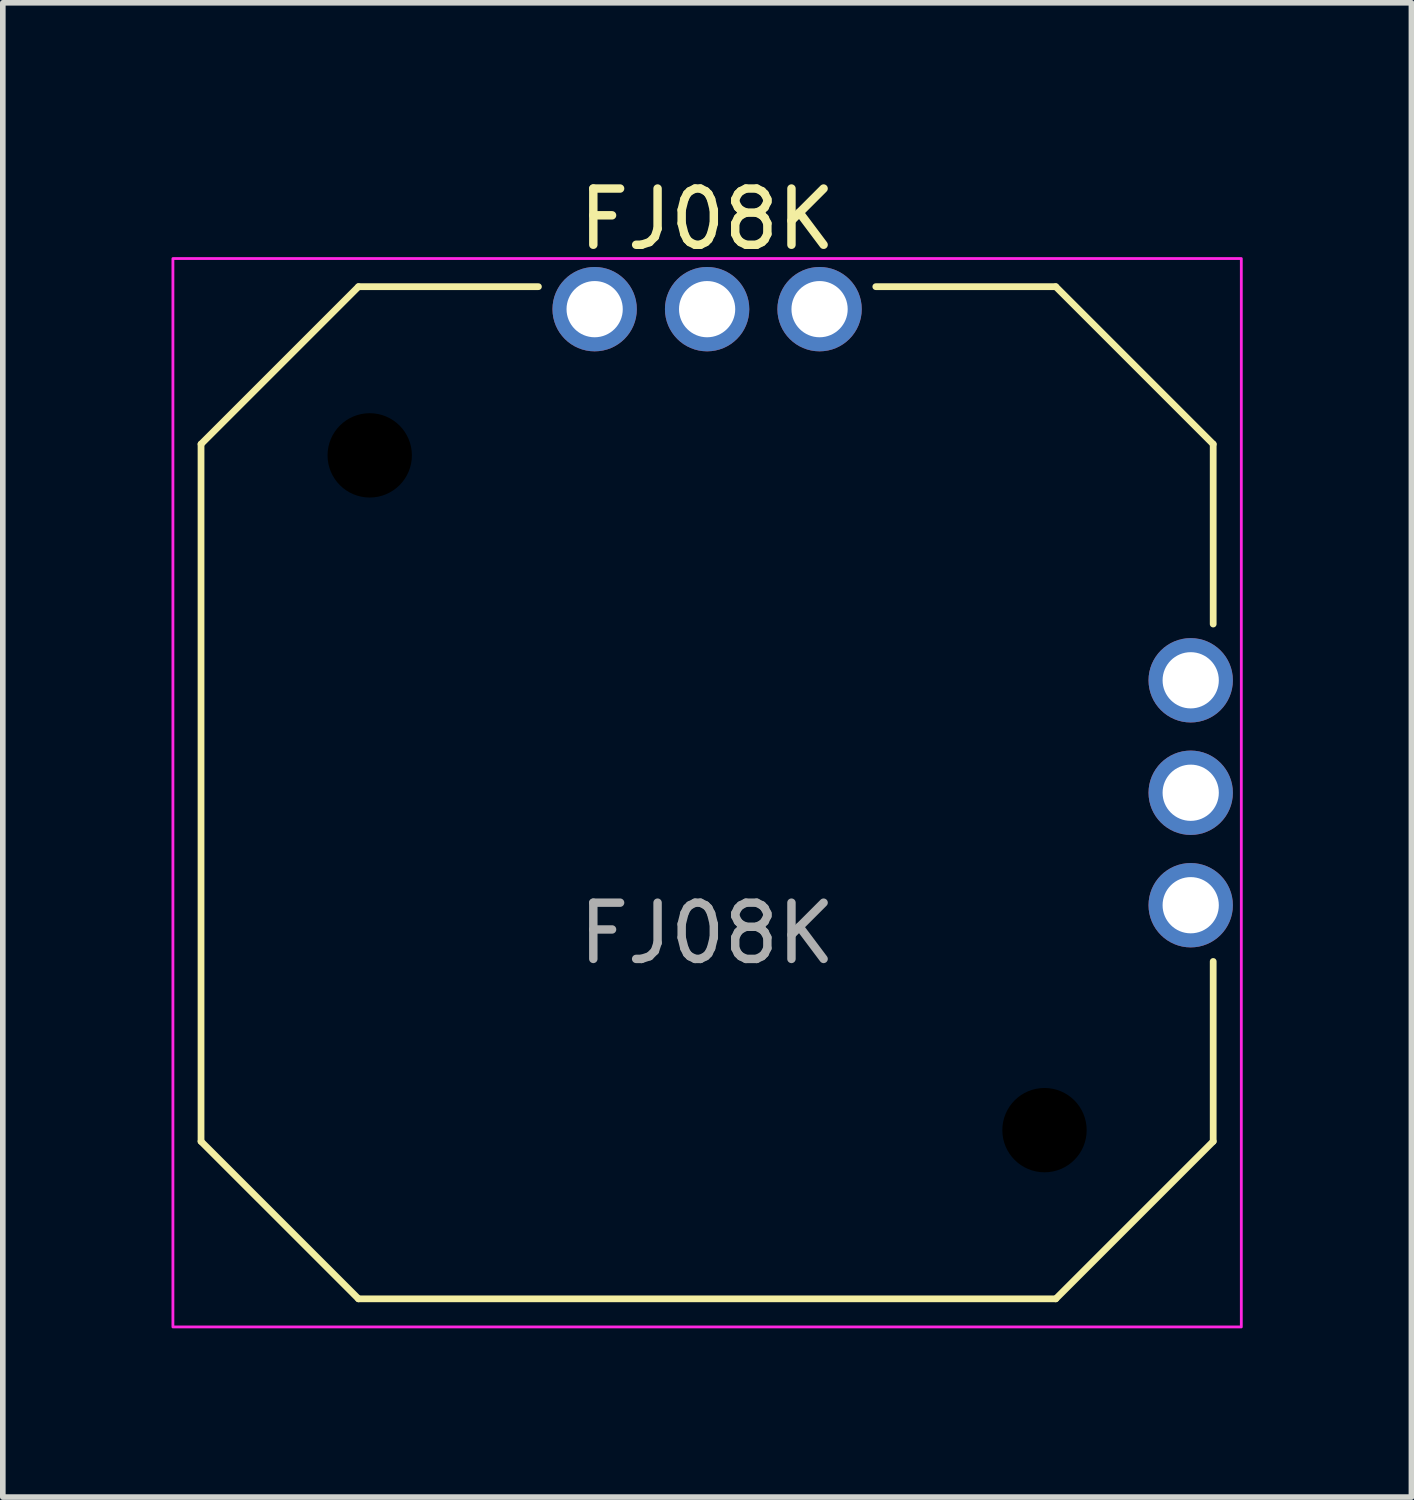
<source format=kicad_pcb>
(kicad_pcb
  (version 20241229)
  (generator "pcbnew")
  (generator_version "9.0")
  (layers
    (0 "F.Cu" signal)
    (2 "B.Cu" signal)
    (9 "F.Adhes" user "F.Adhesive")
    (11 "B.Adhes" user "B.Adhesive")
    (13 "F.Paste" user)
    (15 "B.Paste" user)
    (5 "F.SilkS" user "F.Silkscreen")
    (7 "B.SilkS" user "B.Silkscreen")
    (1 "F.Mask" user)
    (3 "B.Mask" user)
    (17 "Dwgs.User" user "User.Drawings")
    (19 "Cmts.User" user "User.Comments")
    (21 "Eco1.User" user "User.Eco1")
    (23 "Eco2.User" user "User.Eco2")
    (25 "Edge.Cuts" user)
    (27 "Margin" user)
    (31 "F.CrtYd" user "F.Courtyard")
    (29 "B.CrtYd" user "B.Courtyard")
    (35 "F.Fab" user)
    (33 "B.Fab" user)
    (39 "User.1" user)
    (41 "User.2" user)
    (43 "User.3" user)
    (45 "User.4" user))
  (footprint "FJ08K"
    (layer "F.Cu")
    (at 9.525 11.048)
    (property "Reference" "FJ08K" (at 0 -10.2 0) (unlocked yes) (layer "F.SilkS") (effects (font (size 1 1) (thickness 0.15))))
    (attr through_hole)
    (fp_line (start -9 -6.2) (end -9 6.2) (stroke (width 0.12) (type default)) (layer "F.SilkS"))
    (fp_line (start -9 6.2) (end -6.2 9) (stroke (width 0.12) (type default)) (layer "F.SilkS"))
    (fp_line (start -6.2 -9) (end -9 -6.2) (stroke (width 0.12) (type default)) (layer "F.SilkS"))
    (fp_line (start -6.2 9) (end 6.2 9) (stroke (width 0.12) (type default)) (layer "F.SilkS"))
    (fp_line (start -3 -9) (end -6.2 -9) (stroke (width 0.12) (type default)) (layer "F.SilkS"))
    (fp_line (start 6.2 -9) (end 3 -9) (stroke (width 0.12) (type default)) (layer "F.SilkS"))
    (fp_line (start 6.2 9) (end 9 6.2) (stroke (width 0.12) (type default)) (layer "F.SilkS"))
    (fp_line (start 9 -6.2) (end 6.2 -9) (stroke (width 0.12) (type default)) (layer "F.SilkS"))
    (fp_line (start 9 -3) (end 9 -6.2) (stroke (width 0.12) (type default)) (layer "F.SilkS"))
    (fp_line (start 9 6.2) (end 9 3) (stroke (width 0.12) (type default)) (layer "F.SilkS"))
    (fp_rect (start -9.5 -9.5) (end 9.5 9.5) (stroke (width 0.05) (type default)) (fill no) (layer "F.CrtYd"))
    (fp_text user "${REFERENCE}" (at 0 2.5 0) (unlocked yes) (layer "F.Fab") (effects (font (size 1 1) (thickness 0.15))))
    (pad "" np_thru_hole circle (at -6 -6) (size 1.5 1.5) (drill 1.5) (layers "*.Mask"))
    (pad "" np_thru_hole circle (at 6 6) (size 1.5 1.5) (drill 1.5) (layers "*.Mask"))
    (pad "1" thru_hole circle (at -2 -8.6) (size 1.5 1.5) (drill 1) (layers "*.Cu" "*.Mask"))
    (pad "2" thru_hole circle (at 0 -8.6) (size 1.5 1.5) (drill 1) (layers "*.Cu" "*.Mask"))
    (pad "3" thru_hole circle (at 2 -8.6) (size 1.5 1.5) (drill 1) (layers "*.Cu" "*.Mask"))
    (pad "4" thru_hole circle (at 8.6 -2) (size 1.5 1.5) (drill 1) (layers "*.Cu" "*.Mask"))
    (pad "5" thru_hole circle (at 8.6 0) (size 1.5 1.5) (drill 1) (layers "*.Cu" "*.Mask"))
    (pad "6" thru_hole circle (at 8.6 2) (size 1.5 1.5) (drill 1) (layers "*.Cu" "*.Mask")))
  (gr_rect
    (start -3 -3)
    (end 22.05 23.573)
    (stroke (width 0.1) (type default))
    (fill no)
    (layer "Edge.Cuts")))
</source>
